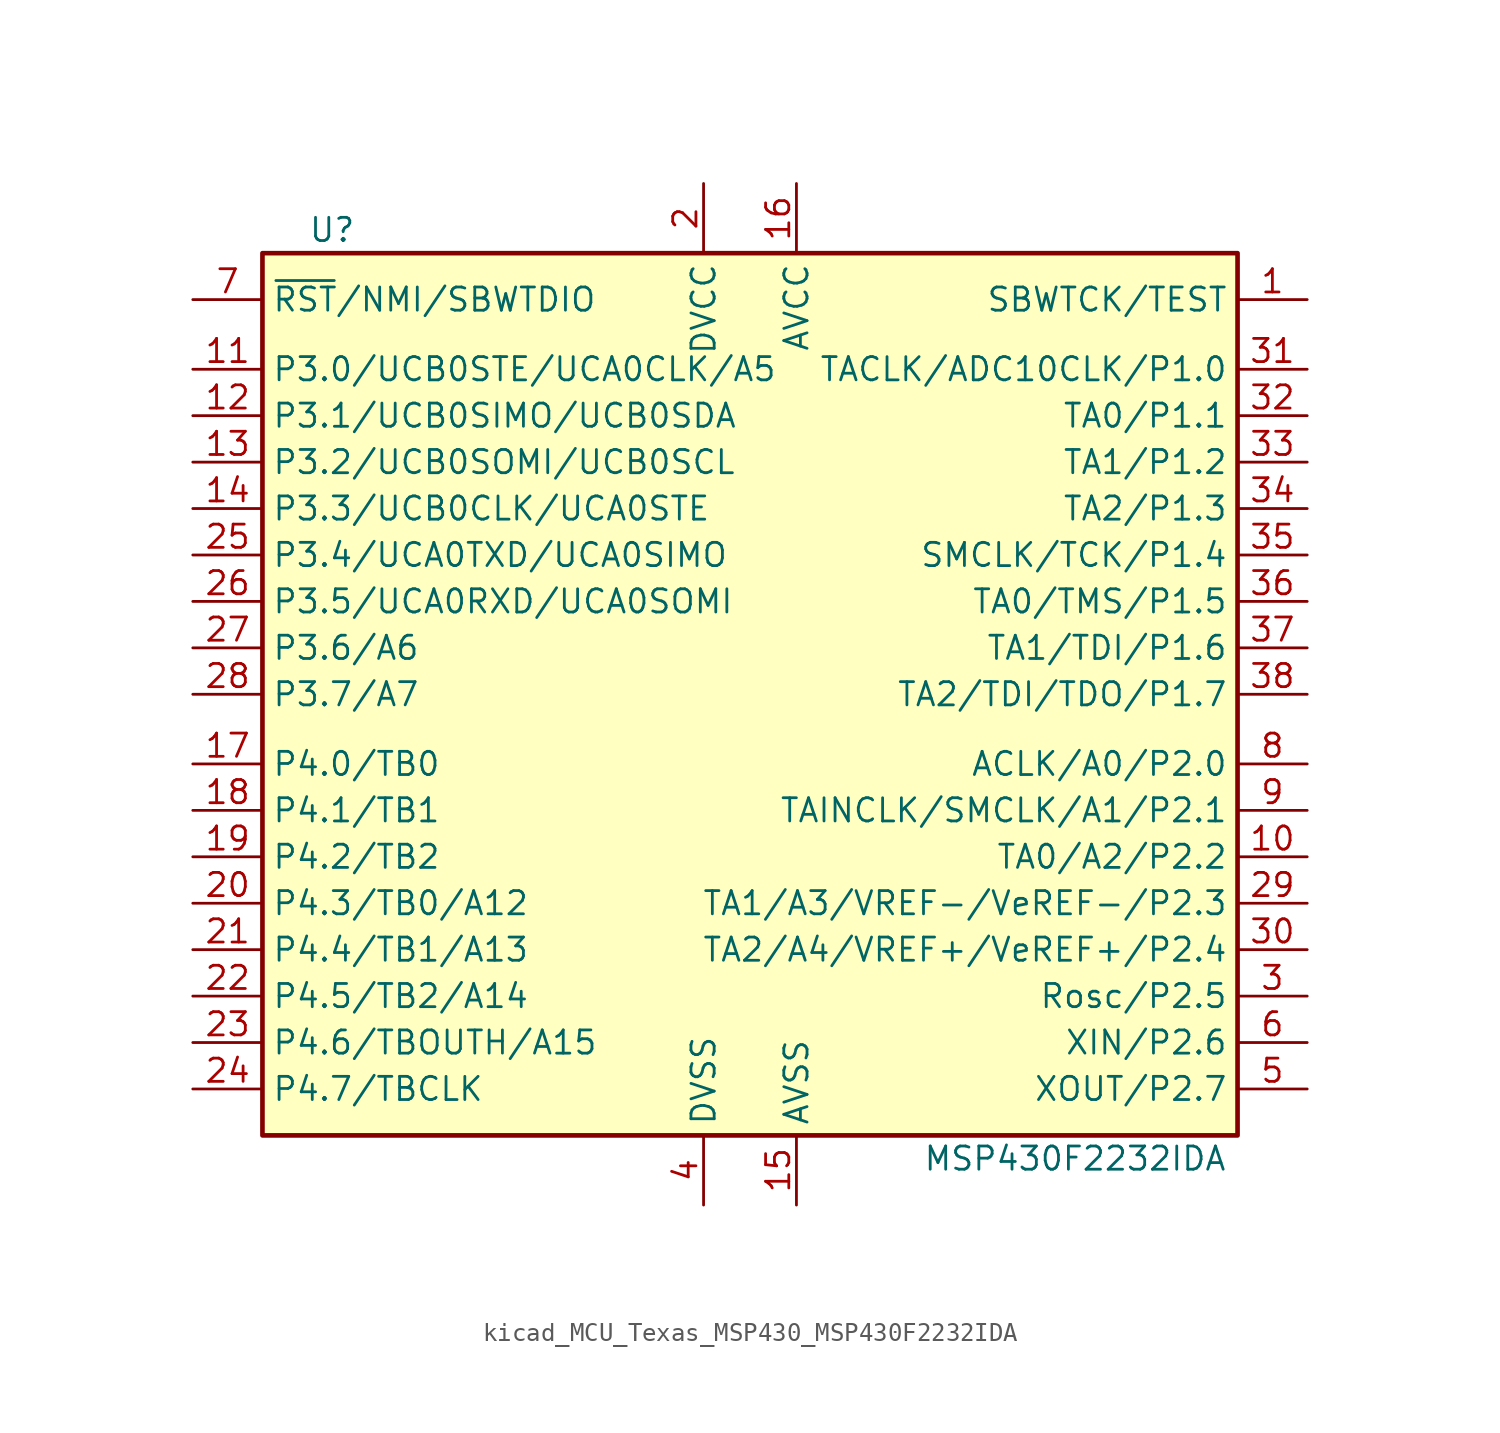
<source format=kicad_sym>
(kicad_symbol_lib
  (version 20220914)
  (generator kicad_symbol_editor)
  (symbol "kicad_MCU_Texas_MSP430_MSP430F2232IDA"
    (property "Reference" "U"
      (at -22.86 25.4 0)
      (effects (font (size 1.27 1.27))))
    (property "Value" "MSP430F2232IDA"
      (at 17.78 -25.4 0)
      (effects (font (size 1.27 1.27))))
    (symbol "kicad_MCU_Texas_MSP430_MSP430F2232IDA_0_1"
      (rectangle (start -26.67 24.13) (end 26.67 -24.13) (stroke (width 0.254) (type default)) (fill (type background))))
    (symbol "kicad_MCU_Texas_MSP430_MSP430F2232IDA_1_1"
      (pin input line (at 30.48 21.59 180) (length 3.81) (name "SBWTCK/TEST" (effects (font (size 1.27 1.27)))) (number "1" (effects (font (size 1.27 1.27)))))
      (pin bidirectional line (at 30.48 -8.89 180) (length 3.81) (name "TA0/A2/P2.2" (effects (font (size 1.27 1.27)))) (number "10" (effects (font (size 1.27 1.27)))))
      (pin bidirectional line (at -30.48 17.78 0) (length 3.81) (name "P3.0/UCB0STE/UCA0CLK/A5" (effects (font (size 1.27 1.27)))) (number "11" (effects (font (size 1.27 1.27)))))
      (pin bidirectional line (at -30.48 15.24 0) (length 3.81) (name "P3.1/UCB0SIMO/UCB0SDA" (effects (font (size 1.27 1.27)))) (number "12" (effects (font (size 1.27 1.27)))))
      (pin bidirectional line (at -30.48 12.7 0) (length 3.81) (name "P3.2/UCB0SOMI/UCB0SCL" (effects (font (size 1.27 1.27)))) (number "13" (effects (font (size 1.27 1.27)))))
      (pin bidirectional line (at -30.48 10.16 0) (length 3.81) (name "P3.3/UCB0CLK/UCA0STE" (effects (font (size 1.27 1.27)))) (number "14" (effects (font (size 1.27 1.27)))))
      (pin power_in line (at 2.54 -27.94 90) (length 3.81) (name "AVSS" (effects (font (size 1.27 1.27)))) (number "15" (effects (font (size 1.27 1.27)))))
      (pin power_in line (at 2.54 27.94 270) (length 3.81) (name "AVCC" (effects (font (size 1.27 1.27)))) (number "16" (effects (font (size 1.27 1.27)))))
      (pin bidirectional line (at -30.48 -3.81 0) (length 3.81) (name "P4.0/TB0" (effects (font (size 1.27 1.27)))) (number "17" (effects (font (size 1.27 1.27)))))
      (pin bidirectional line (at -30.48 -6.35 0) (length 3.81) (name "P4.1/TB1" (effects (font (size 1.27 1.27)))) (number "18" (effects (font (size 1.27 1.27)))))
      (pin bidirectional line (at -30.48 -8.89 0) (length 3.81) (name "P4.2/TB2" (effects (font (size 1.27 1.27)))) (number "19" (effects (font (size 1.27 1.27)))))
      (pin power_in line (at -2.54 27.94 270) (length 3.81) (name "DVCC" (effects (font (size 1.27 1.27)))) (number "2" (effects (font (size 1.27 1.27)))))
      (pin bidirectional line (at -30.48 -11.43 0) (length 3.81) (name "P4.3/TB0/A12" (effects (font (size 1.27 1.27)))) (number "20" (effects (font (size 1.27 1.27)))))
      (pin bidirectional line (at -30.48 -13.97 0) (length 3.81) (name "P4.4/TB1/A13" (effects (font (size 1.27 1.27)))) (number "21" (effects (font (size 1.27 1.27)))))
      (pin bidirectional line (at -30.48 -16.51 0) (length 3.81) (name "P4.5/TB2/A14" (effects (font (size 1.27 1.27)))) (number "22" (effects (font (size 1.27 1.27)))))
      (pin bidirectional line (at -30.48 -19.05 0) (length 3.81) (name "P4.6/TBOUTH/A15" (effects (font (size 1.27 1.27)))) (number "23" (effects (font (size 1.27 1.27)))))
      (pin bidirectional line (at -30.48 -21.59 0) (length 3.81) (name "P4.7/TBCLK" (effects (font (size 1.27 1.27)))) (number "24" (effects (font (size 1.27 1.27)))))
      (pin bidirectional line (at -30.48 7.62 0) (length 3.81) (name "P3.4/UCA0TXD/UCA0SIMO" (effects (font (size 1.27 1.27)))) (number "25" (effects (font (size 1.27 1.27)))))
      (pin bidirectional line (at -30.48 5.08 0) (length 3.81) (name "P3.5/UCA0RXD/UCA0SOMI" (effects (font (size 1.27 1.27)))) (number "26" (effects (font (size 1.27 1.27)))))
      (pin bidirectional line (at -30.48 2.54 0) (length 3.81) (name "P3.6/A6" (effects (font (size 1.27 1.27)))) (number "27" (effects (font (size 1.27 1.27)))))
      (pin bidirectional line (at -30.48 0 0) (length 3.81) (name "P3.7/A7" (effects (font (size 1.27 1.27)))) (number "28" (effects (font (size 1.27 1.27)))))
      (pin bidirectional line (at 30.48 -11.43 180) (length 3.81) (name "TA1/A3/VREF-/VeREF-/P2.3" (effects (font (size 1.27 1.27)))) (number "29" (effects (font (size 1.27 1.27)))))
      (pin bidirectional line (at 30.48 -16.51 180) (length 3.81) (name "Rosc/P2.5" (effects (font (size 1.27 1.27)))) (number "3" (effects (font (size 1.27 1.27)))))
      (pin bidirectional line (at 30.48 -13.97 180) (length 3.81) (name "TA2/A4/VREF+/VeREF+/P2.4" (effects (font (size 1.27 1.27)))) (number "30" (effects (font (size 1.27 1.27)))))
      (pin bidirectional line (at 30.48 17.78 180) (length 3.81) (name "TACLK/ADC10CLK/P1.0" (effects (font (size 1.27 1.27)))) (number "31" (effects (font (size 1.27 1.27)))))
      (pin bidirectional line (at 30.48 15.24 180) (length 3.81) (name "TA0/P1.1" (effects (font (size 1.27 1.27)))) (number "32" (effects (font (size 1.27 1.27)))))
      (pin bidirectional line (at 30.48 12.7 180) (length 3.81) (name "TA1/P1.2" (effects (font (size 1.27 1.27)))) (number "33" (effects (font (size 1.27 1.27)))))
      (pin bidirectional line (at 30.48 10.16 180) (length 3.81) (name "TA2/P1.3" (effects (font (size 1.27 1.27)))) (number "34" (effects (font (size 1.27 1.27)))))
      (pin bidirectional line (at 30.48 7.62 180) (length 3.81) (name "SMCLK/TCK/P1.4" (effects (font (size 1.27 1.27)))) (number "35" (effects (font (size 1.27 1.27)))))
      (pin bidirectional line (at 30.48 5.08 180) (length 3.81) (name "TA0/TMS/P1.5" (effects (font (size 1.27 1.27)))) (number "36" (effects (font (size 1.27 1.27)))))
      (pin bidirectional line (at 30.48 2.54 180) (length 3.81) (name "TA1/TDI/P1.6" (effects (font (size 1.27 1.27)))) (number "37" (effects (font (size 1.27 1.27)))))
      (pin bidirectional line (at 30.48 0 180) (length 3.81) (name "TA2/TDI/TDO/P1.7" (effects (font (size 1.27 1.27)))) (number "38" (effects (font (size 1.27 1.27)))))
      (pin power_in line (at -2.54 -27.94 90) (length 3.81) (name "DVSS" (effects (font (size 1.27 1.27)))) (number "4" (effects (font (size 1.27 1.27)))))
      (pin bidirectional line (at 30.48 -21.59 180) (length 3.81) (name "XOUT/P2.7" (effects (font (size 1.27 1.27)))) (number "5" (effects (font (size 1.27 1.27)))))
      (pin bidirectional line (at 30.48 -19.05 180) (length 3.81) (name "XIN/P2.6" (effects (font (size 1.27 1.27)))) (number "6" (effects (font (size 1.27 1.27)))))
      (pin bidirectional line (at -30.48 21.59 0) (length 3.81) (name "~{RST}/NMI/SBWTDIO" (effects (font (size 1.27 1.27)))) (number "7" (effects (font (size 1.27 1.27)))))
      (pin bidirectional line (at 30.48 -3.81 180) (length 3.81) (name "ACLK/A0/P2.0" (effects (font (size 1.27 1.27)))) (number "8" (effects (font (size 1.27 1.27)))))
      (pin bidirectional line (at 30.48 -6.35 180) (length 3.81) (name "TAINCLK/SMCLK/A1/P2.1" (effects (font (size 1.27 1.27)))) (number "9" (effects (font (size 1.27 1.27))))))))
</source>
